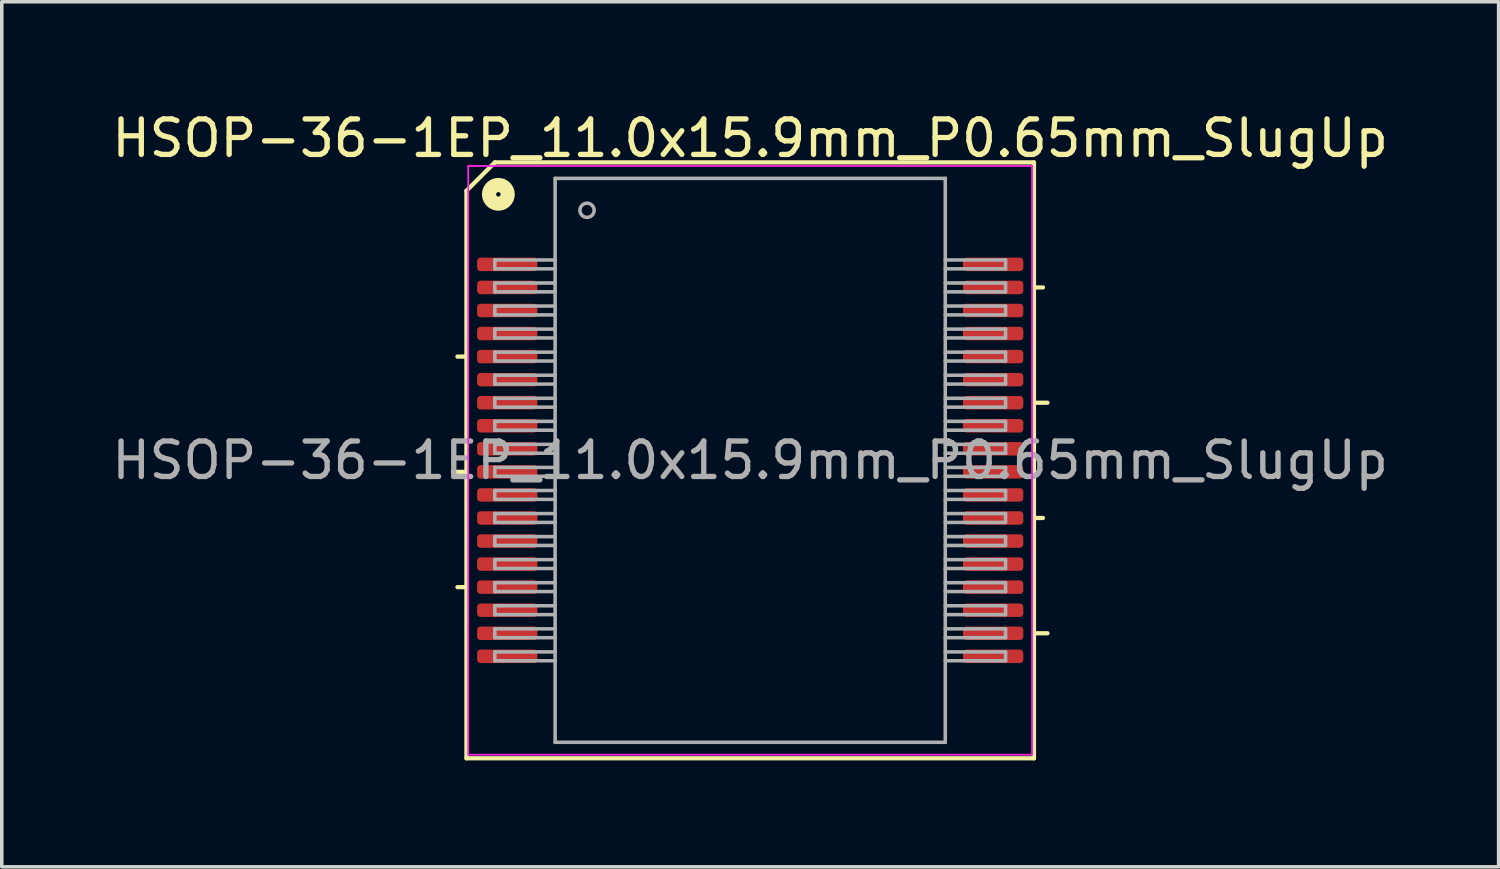
<source format=kicad_pcb>
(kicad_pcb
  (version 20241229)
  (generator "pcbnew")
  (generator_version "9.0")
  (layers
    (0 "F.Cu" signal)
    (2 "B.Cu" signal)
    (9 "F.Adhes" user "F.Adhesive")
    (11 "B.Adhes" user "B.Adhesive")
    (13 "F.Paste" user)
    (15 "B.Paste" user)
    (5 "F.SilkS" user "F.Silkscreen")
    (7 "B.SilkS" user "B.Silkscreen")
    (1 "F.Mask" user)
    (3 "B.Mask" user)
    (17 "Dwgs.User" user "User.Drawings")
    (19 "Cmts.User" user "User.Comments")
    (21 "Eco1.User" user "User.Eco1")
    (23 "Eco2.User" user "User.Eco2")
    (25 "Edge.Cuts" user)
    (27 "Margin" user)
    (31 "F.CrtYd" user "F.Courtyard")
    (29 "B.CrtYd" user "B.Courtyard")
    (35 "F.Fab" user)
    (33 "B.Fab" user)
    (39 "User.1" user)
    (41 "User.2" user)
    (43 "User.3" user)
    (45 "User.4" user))
  (footprint "HSOP-36-1EP_11.0x15.9mm_P0.65mm_SlugUp"
    (layer "F.Cu")
    (at 18.101 9.929)
    (property "Reference" "HSOP-36-1EP_11.0x15.9mm_P0.65mm_SlugUp" (at 0 -9.081 0) (layer "F.SilkS") (effects (font (size 1 1) (thickness 0.15))))
    (attr smd)
    (fp_line (start -8 -7.6) (end -8 8.4) (stroke (width 0.12) (type solid)) (layer "F.SilkS"))
    (fp_line (start -8 -7.6) (end -7.2 -8.4) (stroke (width 0.12) (type solid)) (layer "F.SilkS"))
    (fp_line (start -8 -2.925) (end -8.254 -2.925) (stroke (width 0.12) (type solid)) (layer "F.SilkS"))
    (fp_line (start -8 0.325) (end -8.381 0.325) (stroke (width 0.12) (type solid)) (layer "F.SilkS"))
    (fp_line (start -8 3.575) (end -8.254 3.575) (stroke (width 0.12) (type solid)) (layer "F.SilkS"))
    (fp_line (start -8 8.4) (end 8 8.4) (stroke (width 0.12) (type solid)) (layer "F.SilkS"))
    (fp_line (start 8 -8.4) (end -7.2 -8.4) (stroke (width 0.12) (type solid)) (layer "F.SilkS"))
    (fp_line (start 8 -4.875) (end 8.254 -4.875) (stroke (width 0.12) (type solid)) (layer "F.SilkS"))
    (fp_line (start 8 -1.625) (end 8.381 -1.625) (stroke (width 0.12) (type solid)) (layer "F.SilkS"))
    (fp_line (start 8 1.625) (end 8.254 1.625) (stroke (width 0.12) (type solid)) (layer "F.SilkS"))
    (fp_line (start 8 4.875) (end 8.381 4.875) (stroke (width 0.12) (type solid)) (layer "F.SilkS"))
    (fp_line (start 8 8.4) (end 8 -8.4) (stroke (width 0.12) (type solid)) (layer "F.SilkS"))
    (fp_circle (center -7.1 -7.5) (end -7.037 -7.5) (stroke (width 0.4) (type solid)) (fill no) (layer "F.SilkS"))
    (fp_line (start -7.95 -8.3) (end -7.95 8.3) (stroke (width 0.05) (type solid)) (layer "F.CrtYd"))
    (fp_line (start -7.95 -8.3) (end 7.95 -8.3) (stroke (width 0.05) (type solid)) (layer "F.CrtYd"))
    (fp_line (start 7.95 8.3) (end -7.95 8.3) (stroke (width 0.05) (type solid)) (layer "F.CrtYd"))
    (fp_line (start 7.95 8.3) (end 7.95 -8.3) (stroke (width 0.05) (type solid)) (layer "F.CrtYd"))
    (fp_line (start -7.2 -5.65) (end -7.2 -5.4) (stroke (width 0.1) (type solid)) (layer "F.Fab"))
    (fp_line (start -7.2 -5.65) (end -5.5 -5.65) (stroke (width 0.1) (type solid)) (layer "F.Fab"))
    (fp_line (start -7.2 -5.4) (end -5.5 -5.4) (stroke (width 0.1) (type solid)) (layer "F.Fab"))
    (fp_line (start -7.2 -5) (end -7.2 -4.75) (stroke (width 0.1) (type solid)) (layer "F.Fab"))
    (fp_line (start -7.2 -5) (end -5.5 -5) (stroke (width 0.1) (type solid)) (layer "F.Fab"))
    (fp_line (start -7.2 -4.75) (end -5.5 -4.75) (stroke (width 0.1) (type solid)) (layer "F.Fab"))
    (fp_line (start -7.2 -4.35) (end -7.2 -4.1) (stroke (width 0.1) (type solid)) (layer "F.Fab"))
    (fp_line (start -7.2 -4.35) (end -5.5 -4.35) (stroke (width 0.1) (type solid)) (layer "F.Fab"))
    (fp_line (start -7.2 -4.1) (end -5.5 -4.1) (stroke (width 0.1) (type solid)) (layer "F.Fab"))
    (fp_line (start -7.2 -3.7) (end -7.2 -3.45) (stroke (width 0.1) (type solid)) (layer "F.Fab"))
    (fp_line (start -7.2 -3.7) (end -5.5 -3.7) (stroke (width 0.1) (type solid)) (layer "F.Fab"))
    (fp_line (start -7.2 -3.45) (end -5.5 -3.45) (stroke (width 0.1) (type solid)) (layer "F.Fab"))
    (fp_line (start -7.2 -3.05) (end -7.2 -2.8) (stroke (width 0.1) (type solid)) (layer "F.Fab"))
    (fp_line (start -7.2 -3.05) (end -5.5 -3.05) (stroke (width 0.1) (type solid)) (layer "F.Fab"))
    (fp_line (start -7.2 -2.8) (end -5.5 -2.8) (stroke (width 0.1) (type solid)) (layer "F.Fab"))
    (fp_line (start -7.2 -2.4) (end -7.2 -2.15) (stroke (width 0.1) (type solid)) (layer "F.Fab"))
    (fp_line (start -7.2 -2.4) (end -5.5 -2.4) (stroke (width 0.1) (type solid)) (layer "F.Fab"))
    (fp_line (start -7.2 -2.15) (end -5.5 -2.15) (stroke (width 0.1) (type solid)) (layer "F.Fab"))
    (fp_line (start -7.2 -1.75) (end -7.2 -1.5) (stroke (width 0.1) (type solid)) (layer "F.Fab"))
    (fp_line (start -7.2 -1.75) (end -5.5 -1.75) (stroke (width 0.1) (type solid)) (layer "F.Fab"))
    (fp_line (start -7.2 -1.5) (end -5.5 -1.5) (stroke (width 0.1) (type solid)) (layer "F.Fab"))
    (fp_line (start -7.2 -1.1) (end -7.2 -0.85) (stroke (width 0.1) (type solid)) (layer "F.Fab"))
    (fp_line (start -7.2 -1.1) (end -5.5 -1.1) (stroke (width 0.1) (type solid)) (layer "F.Fab"))
    (fp_line (start -7.2 -0.85) (end -5.5 -0.85) (stroke (width 0.1) (type solid)) (layer "F.Fab"))
    (fp_line (start -7.2 -0.45) (end -7.2 -0.2) (stroke (width 0.1) (type solid)) (layer "F.Fab"))
    (fp_line (start -7.2 -0.45) (end -5.5 -0.45) (stroke (width 0.1) (type solid)) (layer "F.Fab"))
    (fp_line (start -7.2 -0.2) (end -5.5 -0.2) (stroke (width 0.1) (type solid)) (layer "F.Fab"))
    (fp_line (start -7.2 0.2) (end -7.2 0.45) (stroke (width 0.1) (type solid)) (layer "F.Fab"))
    (fp_line (start -7.2 0.2) (end -5.5 0.2) (stroke (width 0.1) (type solid)) (layer "F.Fab"))
    (fp_line (start -7.2 0.45) (end -5.5 0.45) (stroke (width 0.1) (type solid)) (layer "F.Fab"))
    (fp_line (start -7.2 0.85) (end -7.2 1.1) (stroke (width 0.1) (type solid)) (layer "F.Fab"))
    (fp_line (start -7.2 0.85) (end -5.5 0.85) (stroke (width 0.1) (type solid)) (layer "F.Fab"))
    (fp_line (start -7.2 1.1) (end -5.5 1.1) (stroke (width 0.1) (type solid)) (layer "F.Fab"))
    (fp_line (start -7.2 1.5) (end -7.2 1.75) (stroke (width 0.1) (type solid)) (layer "F.Fab"))
    (fp_line (start -7.2 1.5) (end -5.5 1.5) (stroke (width 0.1) (type solid)) (layer "F.Fab"))
    (fp_line (start -7.2 1.75) (end -5.5 1.75) (stroke (width 0.1) (type solid)) (layer "F.Fab"))
    (fp_line (start -7.2 2.15) (end -7.2 2.4) (stroke (width 0.1) (type solid)) (layer "F.Fab"))
    (fp_line (start -7.2 2.15) (end -5.5 2.15) (stroke (width 0.1) (type solid)) (layer "F.Fab"))
    (fp_line (start -7.2 2.4) (end -5.5 2.4) (stroke (width 0.1) (type solid)) (layer "F.Fab"))
    (fp_line (start -7.2 2.8) (end -7.2 3.05) (stroke (width 0.1) (type solid)) (layer "F.Fab"))
    (fp_line (start -7.2 2.8) (end -5.5 2.8) (stroke (width 0.1) (type solid)) (layer "F.Fab"))
    (fp_line (start -7.2 3.05) (end -5.5 3.05) (stroke (width 0.1) (type solid)) (layer "F.Fab"))
    (fp_line (start -7.2 3.45) (end -7.2 3.7) (stroke (width 0.1) (type solid)) (layer "F.Fab"))
    (fp_line (start -7.2 3.45) (end -5.5 3.45) (stroke (width 0.1) (type solid)) (layer "F.Fab"))
    (fp_line (start -7.2 3.7) (end -5.5 3.7) (stroke (width 0.1) (type solid)) (layer "F.Fab"))
    (fp_line (start -7.2 4.1) (end -7.2 4.35) (stroke (width 0.1) (type solid)) (layer "F.Fab"))
    (fp_line (start -7.2 4.1) (end -5.5 4.1) (stroke (width 0.1) (type solid)) (layer "F.Fab"))
    (fp_line (start -7.2 4.35) (end -5.5 4.35) (stroke (width 0.1) (type solid)) (layer "F.Fab"))
    (fp_line (start -7.2 4.75) (end -7.2 5) (stroke (width 0.1) (type solid)) (layer "F.Fab"))
    (fp_line (start -7.2 4.75) (end -5.5 4.75) (stroke (width 0.1) (type solid)) (layer "F.Fab"))
    (fp_line (start -7.2 5) (end -5.5 5) (stroke (width 0.1) (type solid)) (layer "F.Fab"))
    (fp_line (start -7.2 5.4) (end -7.2 5.65) (stroke (width 0.1) (type solid)) (layer "F.Fab"))
    (fp_line (start -7.2 5.4) (end -5.5 5.4) (stroke (width 0.1) (type solid)) (layer "F.Fab"))
    (fp_line (start -7.2 5.65) (end -5.5 5.65) (stroke (width 0.1) (type solid)) (layer "F.Fab"))
    (fp_line (start -5.5 -7.95) (end -5.5 7.95) (stroke (width 0.1) (type solid)) (layer "F.Fab"))
    (fp_line (start -5.5 7.95) (end 5.5 7.95) (stroke (width 0.1) (type solid)) (layer "F.Fab"))
    (fp_line (start 5.5 -7.95) (end -5.5 -7.95) (stroke (width 0.1) (type solid)) (layer "F.Fab"))
    (fp_line (start 5.5 7.95) (end 5.5 -7.95) (stroke (width 0.1) (type solid)) (layer "F.Fab"))
    (fp_line (start 7.2 -5.65) (end 5.5 -5.65) (stroke (width 0.1) (type solid)) (layer "F.Fab"))
    (fp_line (start 7.2 -5.4) (end 5.5 -5.4) (stroke (width 0.1) (type solid)) (layer "F.Fab"))
    (fp_line (start 7.2 -5.4) (end 7.2 -5.65) (stroke (width 0.1) (type solid)) (layer "F.Fab"))
    (fp_line (start 7.2 -5) (end 5.5 -5) (stroke (width 0.1) (type solid)) (layer "F.Fab"))
    (fp_line (start 7.2 -4.75) (end 5.5 -4.75) (stroke (width 0.1) (type solid)) (layer "F.Fab"))
    (fp_line (start 7.2 -4.75) (end 7.2 -5) (stroke (width 0.1) (type solid)) (layer "F.Fab"))
    (fp_line (start 7.2 -4.35) (end 5.5 -4.35) (stroke (width 0.1) (type solid)) (layer "F.Fab"))
    (fp_line (start 7.2 -4.1) (end 5.5 -4.1) (stroke (width 0.1) (type solid)) (layer "F.Fab"))
    (fp_line (start 7.2 -4.1) (end 7.2 -4.35) (stroke (width 0.1) (type solid)) (layer "F.Fab"))
    (fp_line (start 7.2 -3.7) (end 5.5 -3.7) (stroke (width 0.1) (type solid)) (layer "F.Fab"))
    (fp_line (start 7.2 -3.45) (end 5.5 -3.45) (stroke (width 0.1) (type solid)) (layer "F.Fab"))
    (fp_line (start 7.2 -3.45) (end 7.2 -3.7) (stroke (width 0.1) (type solid)) (layer "F.Fab"))
    (fp_line (start 7.2 -3.05) (end 5.5 -3.05) (stroke (width 0.1) (type solid)) (layer "F.Fab"))
    (fp_line (start 7.2 -2.8) (end 5.5 -2.8) (stroke (width 0.1) (type solid)) (layer "F.Fab"))
    (fp_line (start 7.2 -2.8) (end 7.2 -3.05) (stroke (width 0.1) (type solid)) (layer "F.Fab"))
    (fp_line (start 7.2 -2.4) (end 5.5 -2.4) (stroke (width 0.1) (type solid)) (layer "F.Fab"))
    (fp_line (start 7.2 -2.15) (end 5.5 -2.15) (stroke (width 0.1) (type solid)) (layer "F.Fab"))
    (fp_line (start 7.2 -2.15) (end 7.2 -2.4) (stroke (width 0.1) (type solid)) (layer "F.Fab"))
    (fp_line (start 7.2 -1.75) (end 5.5 -1.75) (stroke (width 0.1) (type solid)) (layer "F.Fab"))
    (fp_line (start 7.2 -1.5) (end 5.5 -1.5) (stroke (width 0.1) (type solid)) (layer "F.Fab"))
    (fp_line (start 7.2 -1.5) (end 7.2 -1.75) (stroke (width 0.1) (type solid)) (layer "F.Fab"))
    (fp_line (start 7.2 -1.1) (end 5.5 -1.1) (stroke (width 0.1) (type solid)) (layer "F.Fab"))
    (fp_line (start 7.2 -0.85) (end 5.5 -0.85) (stroke (width 0.1) (type solid)) (layer "F.Fab"))
    (fp_line (start 7.2 -0.85) (end 7.2 -1.1) (stroke (width 0.1) (type solid)) (layer "F.Fab"))
    (fp_line (start 7.2 -0.45) (end 5.5 -0.45) (stroke (width 0.1) (type solid)) (layer "F.Fab"))
    (fp_line (start 7.2 -0.2) (end 5.5 -0.2) (stroke (width 0.1) (type solid)) (layer "F.Fab"))
    (fp_line (start 7.2 -0.2) (end 7.2 -0.45) (stroke (width 0.1) (type solid)) (layer "F.Fab"))
    (fp_line (start 7.2 0.2) (end 5.5 0.2) (stroke (width 0.1) (type solid)) (layer "F.Fab"))
    (fp_line (start 7.2 0.45) (end 5.5 0.45) (stroke (width 0.1) (type solid)) (layer "F.Fab"))
    (fp_line (start 7.2 0.45) (end 7.2 0.2) (stroke (width 0.1) (type solid)) (layer "F.Fab"))
    (fp_line (start 7.2 0.85) (end 5.5 0.85) (stroke (width 0.1) (type solid)) (layer "F.Fab"))
    (fp_line (start 7.2 1.1) (end 5.5 1.1) (stroke (width 0.1) (type solid)) (layer "F.Fab"))
    (fp_line (start 7.2 1.1) (end 7.2 0.85) (stroke (width 0.1) (type solid)) (layer "F.Fab"))
    (fp_line (start 7.2 1.5) (end 5.5 1.5) (stroke (width 0.1) (type solid)) (layer "F.Fab"))
    (fp_line (start 7.2 1.75) (end 5.5 1.75) (stroke (width 0.1) (type solid)) (layer "F.Fab"))
    (fp_line (start 7.2 1.75) (end 7.2 1.5) (stroke (width 0.1) (type solid)) (layer "F.Fab"))
    (fp_line (start 7.2 2.15) (end 5.5 2.15) (stroke (width 0.1) (type solid)) (layer "F.Fab"))
    (fp_line (start 7.2 2.4) (end 5.5 2.4) (stroke (width 0.1) (type solid)) (layer "F.Fab"))
    (fp_line (start 7.2 2.4) (end 7.2 2.15) (stroke (width 0.1) (type solid)) (layer "F.Fab"))
    (fp_line (start 7.2 2.8) (end 5.5 2.8) (stroke (width 0.1) (type solid)) (layer "F.Fab"))
    (fp_line (start 7.2 3.05) (end 5.5 3.05) (stroke (width 0.1) (type solid)) (layer "F.Fab"))
    (fp_line (start 7.2 3.05) (end 7.2 2.8) (stroke (width 0.1) (type solid)) (layer "F.Fab"))
    (fp_line (start 7.2 3.45) (end 5.5 3.45) (stroke (width 0.1) (type solid)) (layer "F.Fab"))
    (fp_line (start 7.2 3.7) (end 5.5 3.7) (stroke (width 0.1) (type solid)) (layer "F.Fab"))
    (fp_line (start 7.2 3.7) (end 7.2 3.45) (stroke (width 0.1) (type solid)) (layer "F.Fab"))
    (fp_line (start 7.2 4.1) (end 5.5 4.1) (stroke (width 0.1) (type solid)) (layer "F.Fab"))
    (fp_line (start 7.2 4.35) (end 5.5 4.35) (stroke (width 0.1) (type solid)) (layer "F.Fab"))
    (fp_line (start 7.2 4.35) (end 7.2 4.1) (stroke (width 0.1) (type solid)) (layer "F.Fab"))
    (fp_line (start 7.2 4.75) (end 5.5 4.75) (stroke (width 0.1) (type solid)) (layer "F.Fab"))
    (fp_line (start 7.2 5) (end 5.5 5) (stroke (width 0.1) (type solid)) (layer "F.Fab"))
    (fp_line (start 7.2 5) (end 7.2 4.75) (stroke (width 0.1) (type solid)) (layer "F.Fab"))
    (fp_line (start 7.2 5.4) (end 5.5 5.4) (stroke (width 0.1) (type solid)) (layer "F.Fab"))
    (fp_line (start 7.2 5.65) (end 5.5 5.65) (stroke (width 0.1) (type solid)) (layer "F.Fab"))
    (fp_line (start 7.2 5.65) (end 7.2 5.4) (stroke (width 0.1) (type solid)) (layer "F.Fab"))
    (fp_circle (center -4.6 -7.05) (end -4.4 -7.05) (stroke (width 0.1) (type solid)) (fill no) (layer "F.Fab"))
    (fp_text user "${REFERENCE}" (at 0 0 0) (layer "F.Fab") (effects (font (size 1 1) (thickness 0.15))))
    (pad "1" smd roundrect (at -6.85 -5.525) (size 1.7 0.38) (layers "F.Cu" "F.Mask" "F.Paste") (roundrect_rratio 0.25))
    (pad "2" smd roundrect (at -6.85 -4.875) (size 1.7 0.38) (layers "F.Cu" "F.Mask" "F.Paste") (roundrect_rratio 0.25))
    (pad "3" smd roundrect (at -6.85 -4.225) (size 1.7 0.38) (layers "F.Cu" "F.Mask" "F.Paste") (roundrect_rratio 0.25))
    (pad "4" smd roundrect (at -6.85 -3.575) (size 1.7 0.38) (layers "F.Cu" "F.Mask" "F.Paste") (roundrect_rratio 0.25))
    (pad "5" smd roundrect (at -6.85 -2.925) (size 1.7 0.38) (layers "F.Cu" "F.Mask" "F.Paste") (roundrect_rratio 0.25))
    (pad "6" smd roundrect (at -6.85 -2.275) (size 1.7 0.38) (layers "F.Cu" "F.Mask" "F.Paste") (roundrect_rratio 0.25))
    (pad "7" smd roundrect (at -6.85 -1.625) (size 1.7 0.38) (layers "F.Cu" "F.Mask" "F.Paste") (roundrect_rratio 0.25))
    (pad "8" smd roundrect (at -6.85 -0.975) (size 1.7 0.38) (layers "F.Cu" "F.Mask" "F.Paste") (roundrect_rratio 0.25))
    (pad "9" smd roundrect (at -6.85 -0.325) (size 1.7 0.38) (layers "F.Cu" "F.Mask" "F.Paste") (roundrect_rratio 0.25))
    (pad "10" smd roundrect (at -6.85 0.325) (size 1.7 0.38) (layers "F.Cu" "F.Mask" "F.Paste") (roundrect_rratio 0.25))
    (pad "11" smd roundrect (at -6.85 0.975) (size 1.7 0.38) (layers "F.Cu" "F.Mask" "F.Paste") (roundrect_rratio 0.25))
    (pad "12" smd roundrect (at -6.85 1.625) (size 1.7 0.38) (layers "F.Cu" "F.Mask" "F.Paste") (roundrect_rratio 0.25))
    (pad "13" smd roundrect (at -6.85 2.275) (size 1.7 0.38) (layers "F.Cu" "F.Mask" "F.Paste") (roundrect_rratio 0.25))
    (pad "14" smd roundrect (at -6.85 2.925) (size 1.7 0.38) (layers "F.Cu" "F.Mask" "F.Paste") (roundrect_rratio 0.25))
    (pad "15" smd roundrect (at -6.85 3.575) (size 1.7 0.38) (layers "F.Cu" "F.Mask" "F.Paste") (roundrect_rratio 0.25))
    (pad "16" smd roundrect (at -6.85 4.225) (size 1.7 0.38) (layers "F.Cu" "F.Mask" "F.Paste") (roundrect_rratio 0.25))
    (pad "17" smd roundrect (at -6.85 4.875) (size 1.7 0.38) (layers "F.Cu" "F.Mask" "F.Paste") (roundrect_rratio 0.25))
    (pad "18" smd roundrect (at -6.85 5.525) (size 1.7 0.38) (layers "F.Cu" "F.Mask" "F.Paste") (roundrect_rratio 0.25))
    (pad "19" smd roundrect (at 6.85 5.525) (size 1.7 0.38) (layers "F.Cu" "F.Mask" "F.Paste") (roundrect_rratio 0.25))
    (pad "20" smd roundrect (at 6.85 4.875) (size 1.7 0.38) (layers "F.Cu" "F.Mask" "F.Paste") (roundrect_rratio 0.25))
    (pad "21" smd roundrect (at 6.85 4.225) (size 1.7 0.38) (layers "F.Cu" "F.Mask" "F.Paste") (roundrect_rratio 0.25))
    (pad "22" smd roundrect (at 6.85 3.575) (size 1.7 0.38) (layers "F.Cu" "F.Mask" "F.Paste") (roundrect_rratio 0.25))
    (pad "23" smd roundrect (at 6.85 2.925) (size 1.7 0.38) (layers "F.Cu" "F.Mask" "F.Paste") (roundrect_rratio 0.25))
    (pad "24" smd roundrect (at 6.85 2.275) (size 1.7 0.38) (layers "F.Cu" "F.Mask" "F.Paste") (roundrect_rratio 0.25))
    (pad "25" smd roundrect (at 6.85 1.625) (size 1.7 0.38) (layers "F.Cu" "F.Mask" "F.Paste") (roundrect_rratio 0.25))
    (pad "26" smd roundrect (at 6.85 0.975) (size 1.7 0.38) (layers "F.Cu" "F.Mask" "F.Paste") (roundrect_rratio 0.25))
    (pad "27" smd roundrect (at 6.85 0.325) (size 1.7 0.38) (layers "F.Cu" "F.Mask" "F.Paste") (roundrect_rratio 0.25))
    (pad "28" smd roundrect (at 6.85 -0.325) (size 1.7 0.38) (layers "F.Cu" "F.Mask" "F.Paste") (roundrect_rratio 0.25))
    (pad "29" smd roundrect (at 6.85 -0.975) (size 1.7 0.38) (layers "F.Cu" "F.Mask" "F.Paste") (roundrect_rratio 0.25))
    (pad "30" smd roundrect (at 6.85 -1.625) (size 1.7 0.38) (layers "F.Cu" "F.Mask" "F.Paste") (roundrect_rratio 0.25))
    (pad "31" smd roundrect (at 6.85 -2.275) (size 1.7 0.38) (layers "F.Cu" "F.Mask" "F.Paste") (roundrect_rratio 0.25))
    (pad "32" smd roundrect (at 6.85 -2.925) (size 1.7 0.38) (layers "F.Cu" "F.Mask" "F.Paste") (roundrect_rratio 0.25))
    (pad "33" smd roundrect (at 6.85 -3.575) (size 1.7 0.38) (layers "F.Cu" "F.Mask" "F.Paste") (roundrect_rratio 0.25))
    (pad "34" smd roundrect (at 6.85 -4.225) (size 1.7 0.38) (layers "F.Cu" "F.Mask" "F.Paste") (roundrect_rratio 0.25))
    (pad "35" smd roundrect (at 6.85 -4.875) (size 1.7 0.38) (layers "F.Cu" "F.Mask" "F.Paste") (roundrect_rratio 0.25))
    (pad "36" smd roundrect (at 6.85 -5.525) (size 1.7 0.38) (layers "F.Cu" "F.Mask" "F.Paste") (roundrect_rratio 0.25)))
  (gr_rect
    (start -3 -3)
    (end 39.202 21.389)
    (stroke (width 0.1) (type default))
    (fill no)
    (layer "Edge.Cuts")))
</source>
